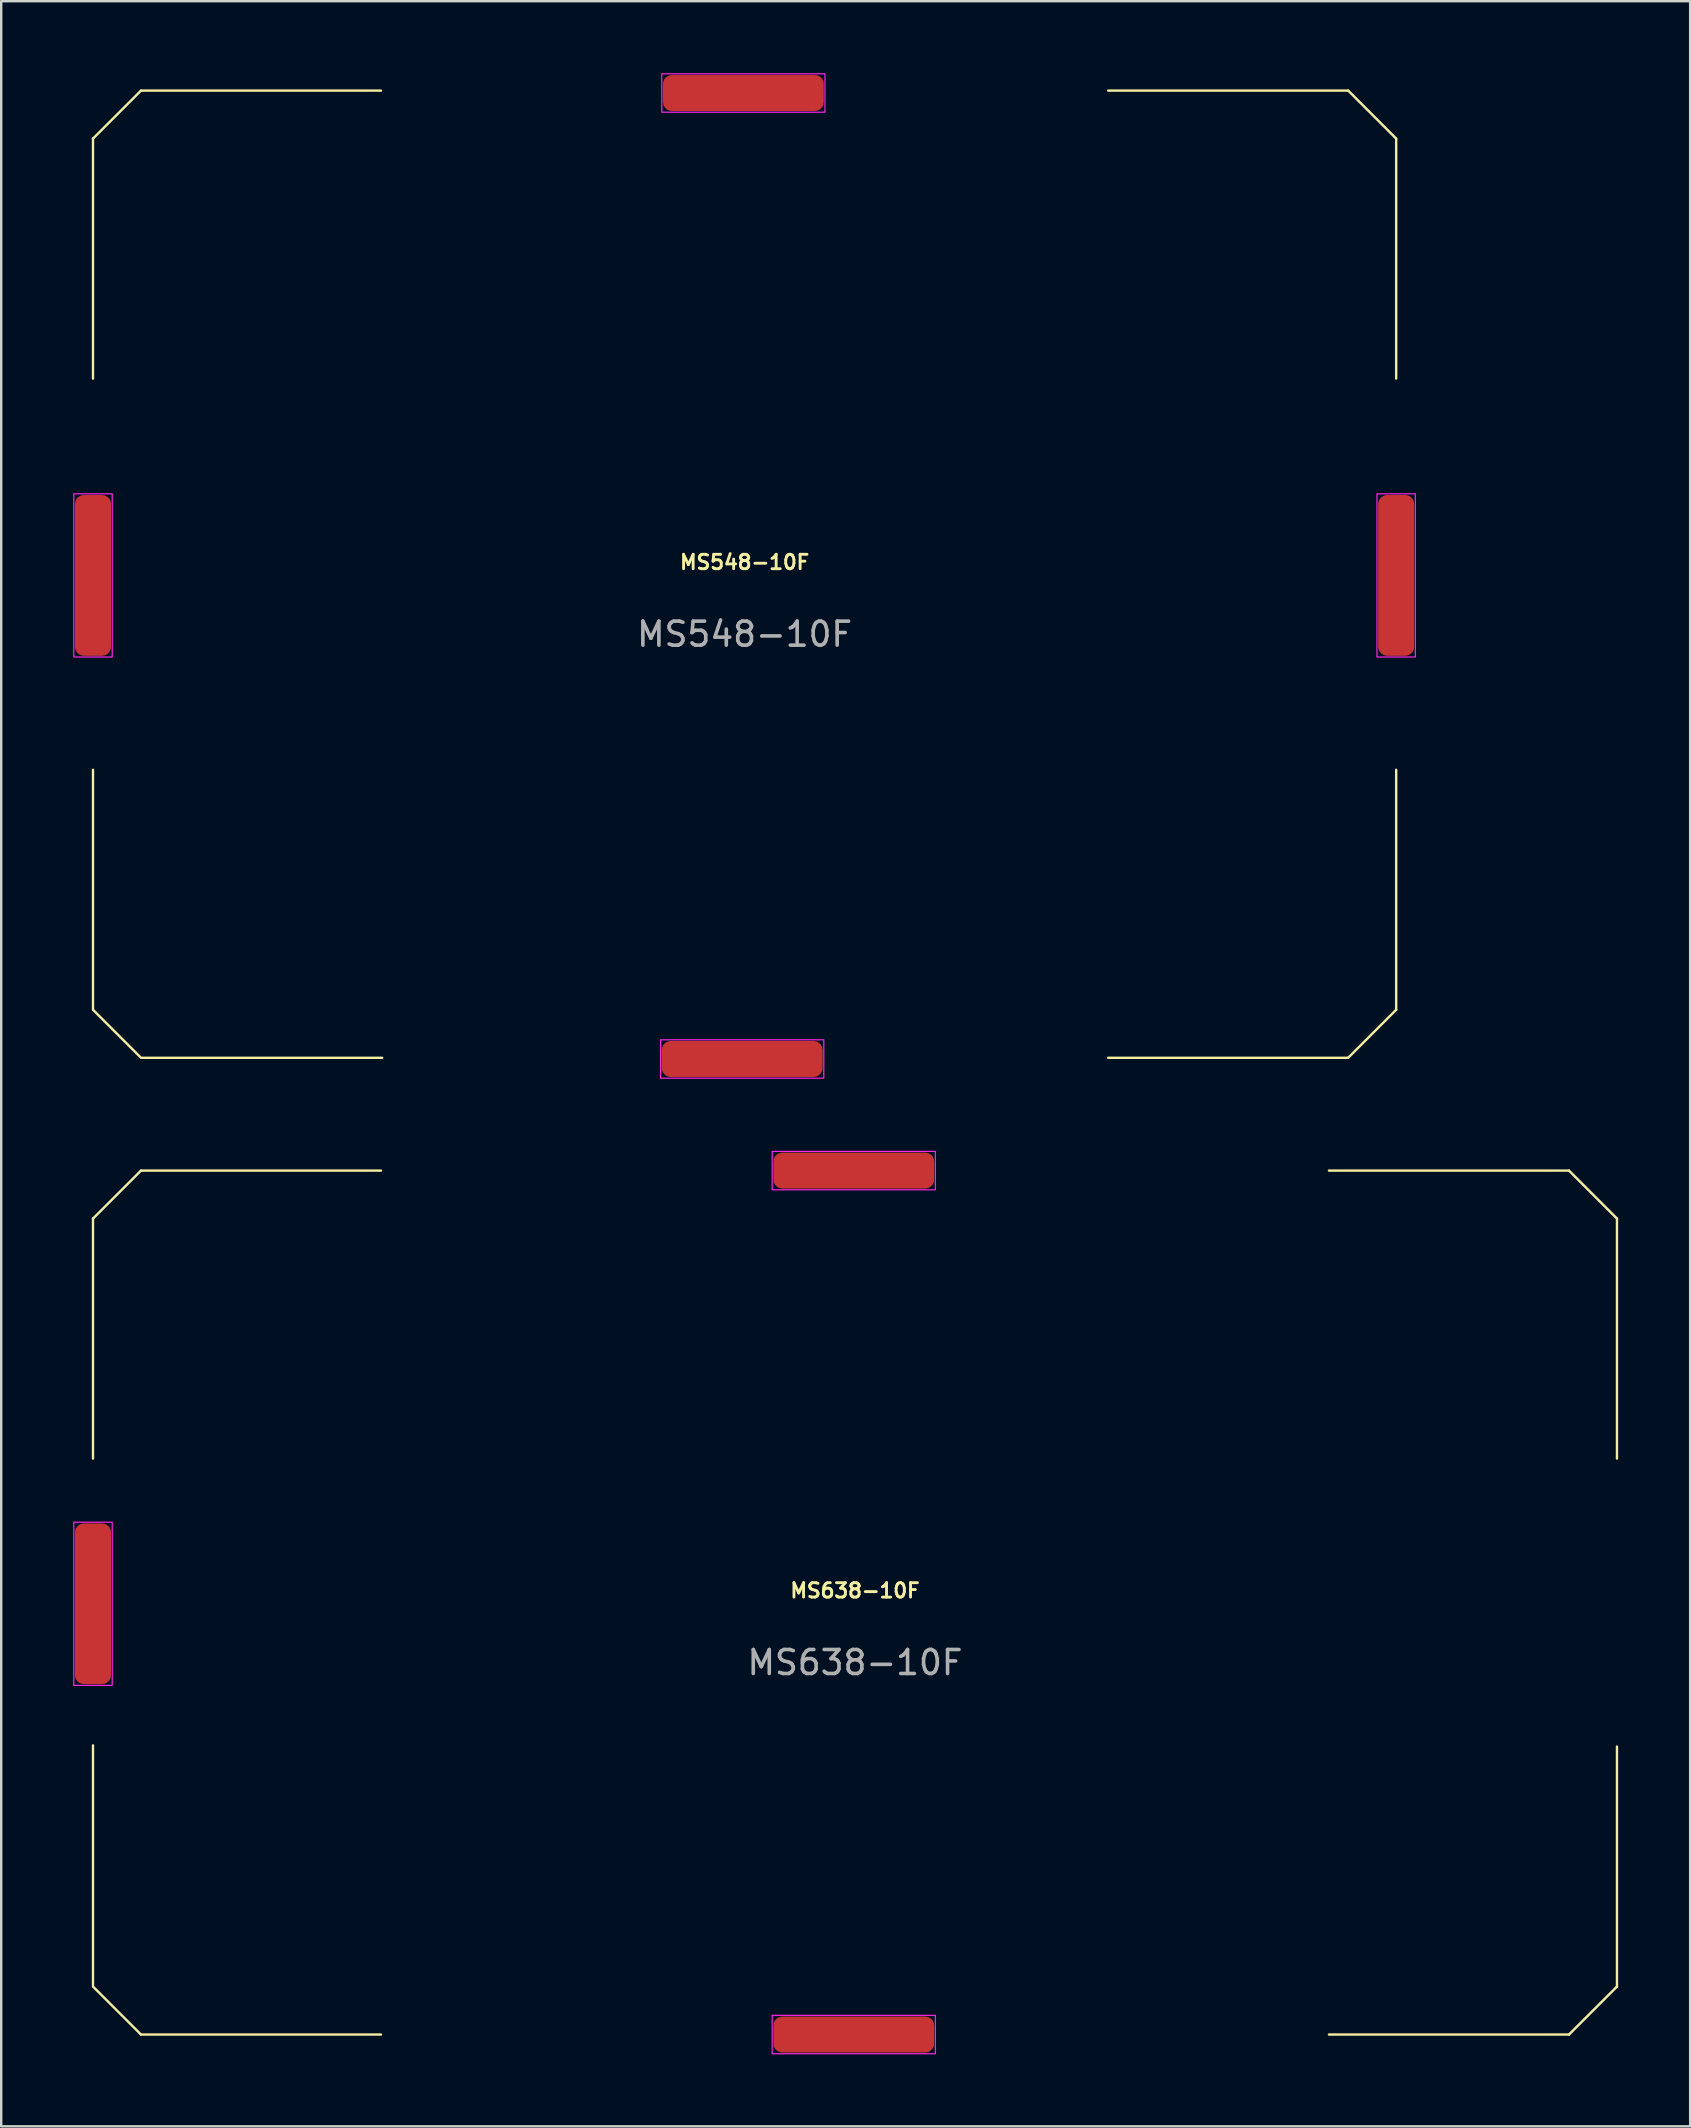
<source format=kicad_pcb>
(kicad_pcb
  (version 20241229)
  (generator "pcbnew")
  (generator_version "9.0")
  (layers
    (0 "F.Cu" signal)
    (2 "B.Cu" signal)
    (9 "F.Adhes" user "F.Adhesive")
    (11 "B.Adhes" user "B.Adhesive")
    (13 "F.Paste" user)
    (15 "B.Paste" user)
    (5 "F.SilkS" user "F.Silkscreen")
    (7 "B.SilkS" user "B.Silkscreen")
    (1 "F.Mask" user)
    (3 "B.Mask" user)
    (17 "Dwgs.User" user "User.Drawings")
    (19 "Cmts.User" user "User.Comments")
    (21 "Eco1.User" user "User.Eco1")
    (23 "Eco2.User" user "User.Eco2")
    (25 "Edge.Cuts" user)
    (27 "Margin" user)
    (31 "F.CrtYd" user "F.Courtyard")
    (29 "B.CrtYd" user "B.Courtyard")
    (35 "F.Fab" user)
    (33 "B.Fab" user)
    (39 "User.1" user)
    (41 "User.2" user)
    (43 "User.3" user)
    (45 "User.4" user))
  (footprint "MS638-10F"
    (layer "F.Cu")
    (at 32.575 63.725)
    (property "Reference" "MS638-10F" (at 0 -0.5 0) (unlocked yes) (layer "F.SilkS") (effects (font (size 0.6 0.6) (thickness 0.12) (bold yes))))
    (attr smd)
    (fp_line (start -31.75 -16) (end -31.75 -6) (stroke (width 0.1) (type default)) (layer "F.SilkS"))
    (fp_line (start -31.75 -16) (end -29.75 -18) (stroke (width 0.1) (type default)) (layer "F.SilkS"))
    (fp_line (start -31.75 15.95) (end -31.75 5.95) (stroke (width 0.1) (type default)) (layer "F.SilkS"))
    (fp_line (start -31.75 16) (end -29.75 18) (stroke (width 0.1) (type default)) (layer "F.SilkS"))
    (fp_line (start -29.75 -18) (end -19.75 -18) (stroke (width 0.1) (type default)) (layer "F.SilkS"))
    (fp_line (start -29.75 18) (end -19.75 18) (stroke (width 0.1) (type default)) (layer "F.SilkS"))
    (fp_line (start 19.75 -18) (end 29.75 -18) (stroke (width 0.1) (type default)) (layer "F.SilkS"))
    (fp_line (start 19.75 18) (end 29.75 18) (stroke (width 0.1) (type default)) (layer "F.SilkS"))
    (fp_line (start 29.75 18) (end 31.75 16) (stroke (width 0.1) (type default)) (layer "F.SilkS"))
    (fp_line (start 31.75 -16) (end 29.75 -18) (stroke (width 0.1) (type default)) (layer "F.SilkS"))
    (fp_line (start 31.75 -16) (end 31.75 -6) (stroke (width 0.1) (type default)) (layer "F.SilkS"))
    (fp_line (start 31.75 6) (end 31.75 16) (stroke (width 0.1) (type default)) (layer "F.SilkS"))
    (fp_rect (start -32.55 3.45) (end -30.95 -3.35) (stroke (width 0.05) (type default)) (fill no) (layer "F.CrtYd"))
    (fp_rect (start -3.45 -18.8) (end 3.35 -17.2) (stroke (width 0.05) (type default)) (fill no) (layer "F.CrtYd"))
    (fp_rect (start -3.45 17.2) (end 3.35 18.8) (stroke (width 0.05) (type default)) (fill no) (layer "F.CrtYd"))
    (fp_text user "${REFERENCE}" (at 0 2.5 0) (unlocked yes) (layer "F.Fab") (effects (font (size 1 1) (thickness 0.15))))
    (pad "1" smd roundrect (at -31.75 0.05) (size 1.5 6.7) (layers "F.Cu" "F.Mask" "F.Paste") (roundrect_rratio 0.25))
    (pad "1" smd roundrect (at -0.05 -18 90) (size 1.5 6.7) (layers "F.Cu" "F.Mask" "F.Paste") (roundrect_rratio 0.25))
    (pad "1" smd roundrect (at -0.05 18 90) (size 1.5 6.7) (layers "F.Cu" "F.Mask" "F.Paste") (roundrect_rratio 0.25)))
  (footprint "MS548-10F"
    (layer "F.Cu")
    (at 27.975 20.875)
    (property "Reference" "MS548-10F" (at 0 -0.5 0) (unlocked yes) (layer "F.SilkS") (effects (font (size 0.6 0.6) (thickness 0.12) (bold yes))))
    (attr smd)
    (fp_line (start -27.15 -18.15) (end -25.15 -20.15) (stroke (width 0.1) (type default)) (layer "F.SilkS"))
    (fp_line (start -27.15 -8.15) (end -27.15 -18.15) (stroke (width 0.1) (type default)) (layer "F.SilkS"))
    (fp_line (start -27.15 18.15) (end -27.15 8.15) (stroke (width 0.1) (type default)) (layer "F.SilkS"))
    (fp_line (start -25.15 -20.15) (end -15.15 -20.15) (stroke (width 0.1) (type default)) (layer "F.SilkS"))
    (fp_line (start -25.15 20.15) (end -27.15 18.15) (stroke (width 0.1) (type default)) (layer "F.SilkS"))
    (fp_line (start -25.1 20.15) (end -15.1 20.15) (stroke (width 0.1) (type default)) (layer "F.SilkS"))
    (fp_line (start 15.15 -20.15) (end 25.15 -20.15) (stroke (width 0.1) (type default)) (layer "F.SilkS"))
    (fp_line (start 15.15 20.15) (end 25.15 20.15) (stroke (width 0.1) (type default)) (layer "F.SilkS"))
    (fp_line (start 25.15 20.15) (end 27.15 18.15) (stroke (width 0.1) (type default)) (layer "F.SilkS"))
    (fp_line (start 27.15 -18.15) (end 25.15 -20.15) (stroke (width 0.1) (type default)) (layer "F.SilkS"))
    (fp_line (start 27.15 -8.15) (end 27.15 -18.15) (stroke (width 0.1) (type default)) (layer "F.SilkS"))
    (fp_line (start 27.15 18.15) (end 27.15 8.15) (stroke (width 0.1) (type default)) (layer "F.SilkS"))
    (fp_rect (start -27.95 3.45) (end -26.35 -3.35) (stroke (width 0.05) (type default)) (fill no) (layer "F.CrtYd"))
    (fp_rect (start 3.3 21) (end -3.5 19.4) (stroke (width 0.05) (type default)) (fill no) (layer "F.CrtYd"))
    (fp_rect (start 3.35 -19.25) (end -3.45 -20.85) (stroke (width 0.05) (type default)) (fill no) (layer "F.CrtYd"))
    (fp_rect (start 26.35 3.45) (end 27.95 -3.35) (stroke (width 0.05) (type default)) (fill no) (layer "F.CrtYd"))
    (fp_text user "${REFERENCE}" (at 0 2.5 0) (unlocked yes) (layer "F.Fab") (effects (font (size 1 1) (thickness 0.15))))
    (pad "1" smd roundrect (at -27.15 0.05) (size 1.5 6.7) (layers "F.Cu" "F.Mask" "F.Paste") (roundrect_rratio 0.25))
    (pad "1" smd roundrect (at -0.1 20.2 90) (size 1.5 6.7) (layers "F.Cu" "F.Mask" "F.Paste") (roundrect_rratio 0.25))
    (pad "1" smd roundrect (at -0.05 -20.05 90) (size 1.5 6.7) (layers "F.Cu" "F.Mask" "F.Paste") (roundrect_rratio 0.25))
    (pad "1" smd roundrect (at 27.15 0.05) (size 1.5 6.7) (layers "F.Cu" "F.Mask" "F.Paste") (roundrect_rratio 0.25)))
  (gr_rect
    (start -3 -3)
    (end 67.375 85.55)
    (stroke (width 0.1) (type default))
    (fill no)
    (layer "Edge.Cuts")))
</source>
